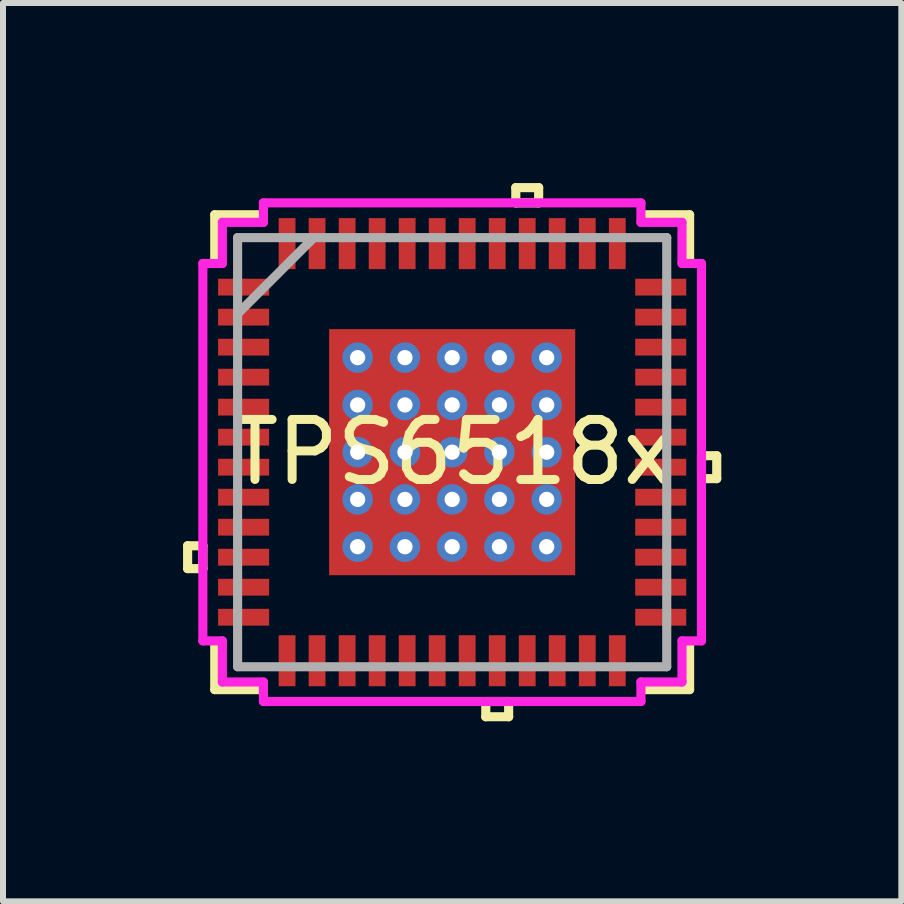
<source format=kicad_pcb>
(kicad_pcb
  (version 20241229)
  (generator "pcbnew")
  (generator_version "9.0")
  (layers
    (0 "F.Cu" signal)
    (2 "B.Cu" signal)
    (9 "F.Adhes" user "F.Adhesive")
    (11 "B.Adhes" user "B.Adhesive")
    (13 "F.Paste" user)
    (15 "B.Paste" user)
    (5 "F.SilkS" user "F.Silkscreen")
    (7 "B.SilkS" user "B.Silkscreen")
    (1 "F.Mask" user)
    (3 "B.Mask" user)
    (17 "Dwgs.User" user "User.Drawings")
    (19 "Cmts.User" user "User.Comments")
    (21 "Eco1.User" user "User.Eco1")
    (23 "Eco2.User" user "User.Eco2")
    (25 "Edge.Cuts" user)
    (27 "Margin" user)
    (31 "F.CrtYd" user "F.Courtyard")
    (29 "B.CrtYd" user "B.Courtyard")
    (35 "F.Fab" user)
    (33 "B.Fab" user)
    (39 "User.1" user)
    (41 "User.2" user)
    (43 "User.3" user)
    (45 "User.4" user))
  (footprint "TPS6518x"
    (layer "F.Cu")
    (at 4.484 4.484)
    (property "Reference" "TPS6518x" (at 0 0 0) (layer "F.SilkS") (effects (font (size 1 1) (thickness 0.15))))
    (attr through_hole)
    (fp_line (start -2.114 -2.114) (end -1.775 -2.114) (stroke (width 0.152) (type solid)) (layer "F.Mask"))
    (fp_line (start -2.114 -2.114) (end 2.114 -2.114) (stroke (width 0.152) (type solid)) (layer "F.Mask"))
    (fp_line (start -2.114 -1.775) (end -2.114 -2.114) (stroke (width 0.152) (type solid)) (layer "F.Mask"))
    (fp_line (start -2.114 -1.375) (end 2.114 -1.375) (stroke (width 0.152) (type solid)) (layer "F.Mask"))
    (fp_line (start -2.114 -0.987) (end -2.114 -1.375) (stroke (width 0.152) (type solid)) (layer "F.Mask"))
    (fp_line (start -2.114 -0.587) (end 2.114 -0.587) (stroke (width 0.152) (type solid)) (layer "F.Mask"))
    (fp_line (start -2.114 -0.2) (end -2.114 -0.587) (stroke (width 0.152) (type solid)) (layer "F.Mask"))
    (fp_line (start -2.114 0.2) (end 2.114 0.2) (stroke (width 0.152) (type solid)) (layer "F.Mask"))
    (fp_line (start -2.114 0.587) (end -2.114 0.2) (stroke (width 0.152) (type solid)) (layer "F.Mask"))
    (fp_line (start -2.114 0.987) (end 2.114 0.987) (stroke (width 0.152) (type solid)) (layer "F.Mask"))
    (fp_line (start -2.114 1.375) (end -2.114 0.987) (stroke (width 0.152) (type solid)) (layer "F.Mask"))
    (fp_line (start -2.114 1.775) (end 2.114 1.775) (stroke (width 0.152) (type solid)) (layer "F.Mask"))
    (fp_line (start -2.114 2.114) (end -2.114 -2.114) (stroke (width 0.152) (type solid)) (layer "F.Mask"))
    (fp_line (start -2.114 2.114) (end -2.114 1.775) (stroke (width 0.152) (type solid)) (layer "F.Mask"))
    (fp_line (start -1.775 -2.114) (end -1.775 2.114) (stroke (width 0.152) (type solid)) (layer "F.Mask"))
    (fp_line (start -1.775 2.114) (end -2.114 2.114) (stroke (width 0.152) (type solid)) (layer "F.Mask"))
    (fp_line (start -1.375 -2.114) (end -1.375 2.114) (stroke (width 0.152) (type solid)) (layer "F.Mask"))
    (fp_line (start -1.375 2.114) (end -0.987 2.114) (stroke (width 0.152) (type solid)) (layer "F.Mask"))
    (fp_line (start -0.987 -2.114) (end -1.375 -2.114) (stroke (width 0.152) (type solid)) (layer "F.Mask"))
    (fp_line (start -0.987 2.114) (end -0.987 -2.114) (stroke (width 0.152) (type solid)) (layer "F.Mask"))
    (fp_line (start -0.587 -2.114) (end -0.587 2.114) (stroke (width 0.152) (type solid)) (layer "F.Mask"))
    (fp_line (start -0.587 2.114) (end -0.2 2.114) (stroke (width 0.152) (type solid)) (layer "F.Mask"))
    (fp_line (start -0.2 -2.114) (end -0.587 -2.114) (stroke (width 0.152) (type solid)) (layer "F.Mask"))
    (fp_line (start -0.2 2.114) (end -0.2 -2.114) (stroke (width 0.152) (type solid)) (layer "F.Mask"))
    (fp_line (start 0.2 -2.114) (end 0.2 2.114) (stroke (width 0.152) (type solid)) (layer "F.Mask"))
    (fp_line (start 0.2 2.114) (end 0.587 2.114) (stroke (width 0.152) (type solid)) (layer "F.Mask"))
    (fp_line (start 0.587 -2.114) (end 0.2 -2.114) (stroke (width 0.152) (type solid)) (layer "F.Mask"))
    (fp_line (start 0.587 2.114) (end 0.587 -2.114) (stroke (width 0.152) (type solid)) (layer "F.Mask"))
    (fp_line (start 0.987 -2.114) (end 0.987 2.114) (stroke (width 0.152) (type solid)) (layer "F.Mask"))
    (fp_line (start 0.987 2.114) (end 1.375 2.114) (stroke (width 0.152) (type solid)) (layer "F.Mask"))
    (fp_line (start 1.375 -2.114) (end 0.987 -2.114) (stroke (width 0.152) (type solid)) (layer "F.Mask"))
    (fp_line (start 1.375 2.114) (end 1.375 -2.114) (stroke (width 0.152) (type solid)) (layer "F.Mask"))
    (fp_line (start 1.775 -2.114) (end 2.114 -2.114) (stroke (width 0.152) (type solid)) (layer "F.Mask"))
    (fp_line (start 1.775 2.114) (end 1.775 -2.114) (stroke (width 0.152) (type solid)) (layer "F.Mask"))
    (fp_line (start 2.114 -2.114) (end 2.114 -1.775) (stroke (width 0.152) (type solid)) (layer "F.Mask"))
    (fp_line (start 2.114 -2.114) (end 2.114 2.114) (stroke (width 0.152) (type solid)) (layer "F.Mask"))
    (fp_line (start 2.114 -1.775) (end -2.114 -1.775) (stroke (width 0.152) (type solid)) (layer "F.Mask"))
    (fp_line (start 2.114 -1.375) (end 2.114 -0.987) (stroke (width 0.152) (type solid)) (layer "F.Mask"))
    (fp_line (start 2.114 -0.987) (end -2.114 -0.987) (stroke (width 0.152) (type solid)) (layer "F.Mask"))
    (fp_line (start 2.114 -0.587) (end 2.114 -0.2) (stroke (width 0.152) (type solid)) (layer "F.Mask"))
    (fp_line (start 2.114 -0.2) (end -2.114 -0.2) (stroke (width 0.152) (type solid)) (layer "F.Mask"))
    (fp_line (start 2.114 0.2) (end 2.114 0.587) (stroke (width 0.152) (type solid)) (layer "F.Mask"))
    (fp_line (start 2.114 0.587) (end -2.114 0.587) (stroke (width 0.152) (type solid)) (layer "F.Mask"))
    (fp_line (start 2.114 0.987) (end 2.114 1.375) (stroke (width 0.152) (type solid)) (layer "F.Mask"))
    (fp_line (start 2.114 1.375) (end -2.114 1.375) (stroke (width 0.152) (type solid)) (layer "F.Mask"))
    (fp_line (start 2.114 1.775) (end 2.114 2.114) (stroke (width 0.152) (type solid)) (layer "F.Mask"))
    (fp_line (start 2.114 2.114) (end -2.114 2.114) (stroke (width 0.152) (type solid)) (layer "F.Mask"))
    (fp_line (start 2.114 2.114) (end 1.775 2.114) (stroke (width 0.152) (type solid)) (layer "F.Mask"))
    (fp_line (start -4.408 1.559) (end -4.408 1.94) (stroke (width 0.152) (type solid)) (layer "F.SilkS"))
    (fp_line (start -4.408 1.94) (end -4.154 1.94) (stroke (width 0.152) (type solid)) (layer "F.SilkS"))
    (fp_line (start -4.154 1.559) (end -4.408 1.559) (stroke (width 0.152) (type solid)) (layer "F.SilkS"))
    (fp_line (start -4.154 1.94) (end -4.154 1.559) (stroke (width 0.152) (type solid)) (layer "F.SilkS"))
    (fp_line (start -3.956 -3.956) (end -3.956 -3.218) (stroke (width 0.152) (type solid)) (layer "F.SilkS"))
    (fp_line (start -3.956 3.218) (end -3.956 3.956) (stroke (width 0.152) (type solid)) (layer "F.SilkS"))
    (fp_line (start -3.956 3.956) (end -3.219 3.956) (stroke (width 0.152) (type solid)) (layer "F.SilkS"))
    (fp_line (start -3.219 -3.956) (end -3.956 -3.956) (stroke (width 0.152) (type solid)) (layer "F.SilkS"))
    (fp_line (start 0.56 4.154) (end 0.56 4.408) (stroke (width 0.152) (type solid)) (layer "F.SilkS"))
    (fp_line (start 0.56 4.408) (end 0.941 4.408) (stroke (width 0.152) (type solid)) (layer "F.SilkS"))
    (fp_line (start 0.941 4.154) (end 0.56 4.154) (stroke (width 0.152) (type solid)) (layer "F.SilkS"))
    (fp_line (start 0.941 4.408) (end 0.941 4.154) (stroke (width 0.152) (type solid)) (layer "F.SilkS"))
    (fp_line (start 1.06 -4.408) (end 1.441 -4.408) (stroke (width 0.152) (type solid)) (layer "F.SilkS"))
    (fp_line (start 1.06 -4.154) (end 1.06 -4.408) (stroke (width 0.152) (type solid)) (layer "F.SilkS"))
    (fp_line (start 1.441 -4.408) (end 1.441 -4.154) (stroke (width 0.152) (type solid)) (layer "F.SilkS"))
    (fp_line (start 1.441 -4.154) (end 1.06 -4.154) (stroke (width 0.152) (type solid)) (layer "F.SilkS"))
    (fp_line (start 3.219 3.956) (end 3.956 3.956) (stroke (width 0.152) (type solid)) (layer "F.SilkS"))
    (fp_line (start 3.956 -3.956) (end 3.219 -3.956) (stroke (width 0.152) (type solid)) (layer "F.SilkS"))
    (fp_line (start 3.956 -3.218) (end 3.956 -3.956) (stroke (width 0.152) (type solid)) (layer "F.SilkS"))
    (fp_line (start 3.956 3.956) (end 3.956 3.218) (stroke (width 0.152) (type solid)) (layer "F.SilkS"))
    (fp_line (start 4.154 0.059) (end 4.408 0.059) (stroke (width 0.152) (type solid)) (layer "F.SilkS"))
    (fp_line (start 4.154 0.441) (end 4.154 0.059) (stroke (width 0.152) (type solid)) (layer "F.SilkS"))
    (fp_line (start 4.408 0.059) (end 4.408 0.441) (stroke (width 0.152) (type solid)) (layer "F.SilkS"))
    (fp_line (start 4.408 0.441) (end 4.154 0.441) (stroke (width 0.152) (type solid)) (layer "F.SilkS"))
    (fp_line (start -1.975 -1.975) (end -1.975 -1.675) (stroke (width 0.152) (type solid)) (layer "F.Paste"))
    (fp_line (start -1.975 -1.675) (end -1.816 -1.675) (stroke (width 0.152) (type solid)) (layer "F.Paste"))
    (fp_line (start -1.975 -1.475) (end -1.975 -0.887) (stroke (width 0.152) (type solid)) (layer "F.Paste"))
    (fp_line (start -1.975 -0.887) (end -1.816 -0.887) (stroke (width 0.152) (type solid)) (layer "F.Paste"))
    (fp_line (start -1.975 -0.687) (end -1.975 -0.1) (stroke (width 0.152) (type solid)) (layer "F.Paste"))
    (fp_line (start -1.975 -0.1) (end -1.816 -0.1) (stroke (width 0.152) (type solid)) (layer "F.Paste"))
    (fp_line (start -1.975 0.1) (end -1.975 0.687) (stroke (width 0.152) (type solid)) (layer "F.Paste"))
    (fp_line (start -1.975 0.687) (end -1.816 0.687) (stroke (width 0.152) (type solid)) (layer "F.Paste"))
    (fp_line (start -1.975 0.887) (end -1.975 1.475) (stroke (width 0.152) (type solid)) (layer "F.Paste"))
    (fp_line (start -1.975 1.475) (end -1.816 1.475) (stroke (width 0.152) (type solid)) (layer "F.Paste"))
    (fp_line (start -1.975 1.675) (end -1.975 1.975) (stroke (width 0.152) (type solid)) (layer "F.Paste"))
    (fp_line (start -1.975 1.975) (end -1.675 1.975) (stroke (width 0.152) (type solid)) (layer "F.Paste"))
    (fp_line (start -1.816 -1.675) (end -1.816 -1.675) (stroke (width 0.152) (type solid)) (layer "F.Paste"))
    (fp_line (start -1.816 -1.675) (end -1.675 -1.816) (stroke (width 0.152) (type solid)) (layer "F.Paste"))
    (fp_line (start -1.816 -1.475) (end -1.975 -1.475) (stroke (width 0.152) (type solid)) (layer "F.Paste"))
    (fp_line (start -1.816 -1.475) (end -1.816 -1.475) (stroke (width 0.152) (type solid)) (layer "F.Paste"))
    (fp_line (start -1.816 -0.887) (end -1.816 -0.887) (stroke (width 0.152) (type solid)) (layer "F.Paste"))
    (fp_line (start -1.816 -0.887) (end -1.675 -1.029) (stroke (width 0.152) (type solid)) (layer "F.Paste"))
    (fp_line (start -1.816 -0.687) (end -1.975 -0.687) (stroke (width 0.152) (type solid)) (layer "F.Paste"))
    (fp_line (start -1.816 -0.687) (end -1.816 -0.687) (stroke (width 0.152) (type solid)) (layer "F.Paste"))
    (fp_line (start -1.816 -0.1) (end -1.816 -0.1) (stroke (width 0.152) (type solid)) (layer "F.Paste"))
    (fp_line (start -1.816 -0.1) (end -1.675 -0.241) (stroke (width 0.152) (type solid)) (layer "F.Paste"))
    (fp_line (start -1.816 0.1) (end -1.975 0.1) (stroke (width 0.152) (type solid)) (layer "F.Paste"))
    (fp_line (start -1.816 0.1) (end -1.816 0.1) (stroke (width 0.152) (type solid)) (layer "F.Paste"))
    (fp_line (start -1.816 0.687) (end -1.816 0.687) (stroke (width 0.152) (type solid)) (layer "F.Paste"))
    (fp_line (start -1.816 0.687) (end -1.675 0.546) (stroke (width 0.152) (type solid)) (layer "F.Paste"))
    (fp_line (start -1.816 0.887) (end -1.975 0.887) (stroke (width 0.152) (type solid)) (layer "F.Paste"))
    (fp_line (start -1.816 0.887) (end -1.816 0.887) (stroke (width 0.152) (type solid)) (layer "F.Paste"))
    (fp_line (start -1.816 1.475) (end -1.816 1.475) (stroke (width 0.152) (type solid)) (layer "F.Paste"))
    (fp_line (start -1.816 1.475) (end -1.675 1.333) (stroke (width 0.152) (type solid)) (layer "F.Paste"))
    (fp_line (start -1.816 1.675) (end -1.975 1.675) (stroke (width 0.152) (type solid)) (layer "F.Paste"))
    (fp_line (start -1.816 1.675) (end -1.816 1.675) (stroke (width 0.152) (type solid)) (layer "F.Paste"))
    (fp_line (start -1.675 -1.975) (end -1.975 -1.975) (stroke (width 0.152) (type solid)) (layer "F.Paste"))
    (fp_line (start -1.675 -1.816) (end -1.675 -1.975) (stroke (width 0.152) (type solid)) (layer "F.Paste"))
    (fp_line (start -1.675 -1.816) (end -1.675 -1.816) (stroke (width 0.152) (type solid)) (layer "F.Paste"))
    (fp_line (start -1.675 -1.333) (end -1.816 -1.475) (stroke (width 0.152) (type solid)) (layer "F.Paste"))
    (fp_line (start -1.675 -1.333) (end -1.675 -1.333) (stroke (width 0.152) (type solid)) (layer "F.Paste"))
    (fp_line (start -1.675 -1.029) (end -1.675 -1.333) (stroke (width 0.152) (type solid)) (layer "F.Paste"))
    (fp_line (start -1.675 -1.029) (end -1.675 -1.029) (stroke (width 0.152) (type solid)) (layer "F.Paste"))
    (fp_line (start -1.675 -0.546) (end -1.816 -0.687) (stroke (width 0.152) (type solid)) (layer "F.Paste"))
    (fp_line (start -1.675 -0.546) (end -1.675 -0.546) (stroke (width 0.152) (type solid)) (layer "F.Paste"))
    (fp_line (start -1.675 -0.241) (end -1.675 -0.546) (stroke (width 0.152) (type solid)) (layer "F.Paste"))
    (fp_line (start -1.675 -0.241) (end -1.675 -0.241) (stroke (width 0.152) (type solid)) (layer "F.Paste"))
    (fp_line (start -1.675 0.241) (end -1.816 0.1) (stroke (width 0.152) (type solid)) (layer "F.Paste"))
    (fp_line (start -1.675 0.241) (end -1.675 0.241) (stroke (width 0.152) (type solid)) (layer "F.Paste"))
    (fp_line (start -1.675 0.546) (end -1.675 0.241) (stroke (width 0.152) (type solid)) (layer "F.Paste"))
    (fp_line (start -1.675 0.546) (end -1.675 0.546) (stroke (width 0.152) (type solid)) (layer "F.Paste"))
    (fp_line (start -1.675 1.029) (end -1.816 0.887) (stroke (width 0.152) (type solid)) (layer "F.Paste"))
    (fp_line (start -1.675 1.029) (end -1.675 1.029) (stroke (width 0.152) (type solid)) (layer "F.Paste"))
    (fp_line (start -1.675 1.333) (end -1.675 1.029) (stroke (width 0.152) (type solid)) (layer "F.Paste"))
    (fp_line (start -1.675 1.333) (end -1.675 1.333) (stroke (width 0.152) (type solid)) (layer "F.Paste"))
    (fp_line (start -1.675 1.816) (end -1.816 1.675) (stroke (width 0.152) (type solid)) (layer "F.Paste"))
    (fp_line (start -1.675 1.816) (end -1.675 1.816) (stroke (width 0.152) (type solid)) (layer "F.Paste"))
    (fp_line (start -1.675 1.975) (end -1.675 1.816) (stroke (width 0.152) (type solid)) (layer "F.Paste"))
    (fp_line (start -1.475 -1.975) (end -1.475 -1.816) (stroke (width 0.152) (type solid)) (layer "F.Paste"))
    (fp_line (start -1.475 -1.816) (end -1.475 -1.816) (stroke (width 0.152) (type solid)) (layer "F.Paste"))
    (fp_line (start -1.475 -1.816) (end -1.333 -1.675) (stroke (width 0.152) (type solid)) (layer "F.Paste"))
    (fp_line (start -1.475 -1.333) (end -1.475 -1.333) (stroke (width 0.152) (type solid)) (layer "F.Paste"))
    (fp_line (start -1.475 -1.333) (end -1.475 -1.029) (stroke (width 0.152) (type solid)) (layer "F.Paste"))
    (fp_line (start -1.475 -1.029) (end -1.475 -1.029) (stroke (width 0.152) (type solid)) (layer "F.Paste"))
    (fp_line (start -1.475 -1.029) (end -1.333 -0.887) (stroke (width 0.152) (type solid)) (layer "F.Paste"))
    (fp_line (start -1.475 -0.546) (end -1.475 -0.546) (stroke (width 0.152) (type solid)) (layer "F.Paste"))
    (fp_line (start -1.475 -0.546) (end -1.475 -0.241) (stroke (width 0.152) (type solid)) (layer "F.Paste"))
    (fp_line (start -1.475 -0.241) (end -1.475 -0.241) (stroke (width 0.152) (type solid)) (layer "F.Paste"))
    (fp_line (start -1.475 -0.241) (end -1.333 -0.1) (stroke (width 0.152) (type solid)) (layer "F.Paste"))
    (fp_line (start -1.475 0.241) (end -1.475 0.241) (stroke (width 0.152) (type solid)) (layer "F.Paste"))
    (fp_line (start -1.475 0.241) (end -1.475 0.546) (stroke (width 0.152) (type solid)) (layer "F.Paste"))
    (fp_line (start -1.475 0.546) (end -1.475 0.546) (stroke (width 0.152) (type solid)) (layer "F.Paste"))
    (fp_line (start -1.475 0.546) (end -1.333 0.687) (stroke (width 0.152) (type solid)) (layer "F.Paste"))
    (fp_line (start -1.475 1.029) (end -1.475 1.029) (stroke (width 0.152) (type solid)) (layer "F.Paste"))
    (fp_line (start -1.475 1.029) (end -1.475 1.333) (stroke (width 0.152) (type solid)) (layer "F.Paste"))
    (fp_line (start -1.475 1.333) (end -1.475 1.333) (stroke (width 0.152) (type solid)) (layer "F.Paste"))
    (fp_line (start -1.475 1.333) (end -1.333 1.475) (stroke (width 0.152) (type solid)) (layer "F.Paste"))
    (fp_line (start -1.475 1.816) (end -1.475 1.816) (stroke (width 0.152) (type solid)) (layer "F.Paste"))
    (fp_line (start -1.475 1.816) (end -1.475 1.975) (stroke (width 0.152) (type solid)) (layer "F.Paste"))
    (fp_line (start -1.475 1.975) (end -0.887 1.975) (stroke (width 0.152) (type solid)) (layer "F.Paste"))
    (fp_line (start -1.333 -1.675) (end -1.333 -1.675) (stroke (width 0.152) (type solid)) (layer "F.Paste"))
    (fp_line (start -1.333 -1.675) (end -1.029 -1.675) (stroke (width 0.152) (type solid)) (layer "F.Paste"))
    (fp_line (start -1.333 -1.475) (end -1.475 -1.333) (stroke (width 0.152) (type solid)) (layer "F.Paste"))
    (fp_line (start -1.333 -1.475) (end -1.333 -1.475) (stroke (width 0.152) (type solid)) (layer "F.Paste"))
    (fp_line (start -1.333 -0.887) (end -1.333 -0.887) (stroke (width 0.152) (type solid)) (layer "F.Paste"))
    (fp_line (start -1.333 -0.887) (end -1.029 -0.887) (stroke (width 0.152) (type solid)) (layer "F.Paste"))
    (fp_line (start -1.333 -0.687) (end -1.475 -0.546) (stroke (width 0.152) (type solid)) (layer "F.Paste"))
    (fp_line (start -1.333 -0.687) (end -1.333 -0.687) (stroke (width 0.152) (type solid)) (layer "F.Paste"))
    (fp_line (start -1.333 -0.1) (end -1.333 -0.1) (stroke (width 0.152) (type solid)) (layer "F.Paste"))
    (fp_line (start -1.333 -0.1) (end -1.029 -0.1) (stroke (width 0.152) (type solid)) (layer "F.Paste"))
    (fp_line (start -1.333 0.1) (end -1.475 0.241) (stroke (width 0.152) (type solid)) (layer "F.Paste"))
    (fp_line (start -1.333 0.1) (end -1.333 0.1) (stroke (width 0.152) (type solid)) (layer "F.Paste"))
    (fp_line (start -1.333 0.687) (end -1.333 0.687) (stroke (width 0.152) (type solid)) (layer "F.Paste"))
    (fp_line (start -1.333 0.687) (end -1.029 0.687) (stroke (width 0.152) (type solid)) (layer "F.Paste"))
    (fp_line (start -1.333 0.887) (end -1.475 1.029) (stroke (width 0.152) (type solid)) (layer "F.Paste"))
    (fp_line (start -1.333 0.887) (end -1.333 0.887) (stroke (width 0.152) (type solid)) (layer "F.Paste"))
    (fp_line (start -1.333 1.475) (end -1.333 1.475) (stroke (width 0.152) (type solid)) (layer "F.Paste"))
    (fp_line (start -1.333 1.475) (end -1.029 1.475) (stroke (width 0.152) (type solid)) (layer "F.Paste"))
    (fp_line (start -1.333 1.675) (end -1.475 1.816) (stroke (width 0.152) (type solid)) (layer "F.Paste"))
    (fp_line (start -1.333 1.675) (end -1.333 1.675) (stroke (width 0.152) (type solid)) (layer "F.Paste"))
    (fp_line (start -1.029 -1.675) (end -1.029 -1.675) (stroke (width 0.152) (type solid)) (layer "F.Paste"))
    (fp_line (start -1.029 -1.675) (end -0.887 -1.816) (stroke (width 0.152) (type solid)) (layer "F.Paste"))
    (fp_line (start -1.029 -1.475) (end -1.333 -1.475) (stroke (width 0.152) (type solid)) (layer "F.Paste"))
    (fp_line (start -1.029 -1.475) (end -1.029 -1.475) (stroke (width 0.152) (type solid)) (layer "F.Paste"))
    (fp_line (start -1.029 -0.887) (end -1.029 -0.887) (stroke (width 0.152) (type solid)) (layer "F.Paste"))
    (fp_line (start -1.029 -0.887) (end -0.887 -1.029) (stroke (width 0.152) (type solid)) (layer "F.Paste"))
    (fp_line (start -1.029 -0.687) (end -1.333 -0.687) (stroke (width 0.152) (type solid)) (layer "F.Paste"))
    (fp_line (start -1.029 -0.687) (end -1.029 -0.687) (stroke (width 0.152) (type solid)) (layer "F.Paste"))
    (fp_line (start -1.029 -0.1) (end -1.029 -0.1) (stroke (width 0.152) (type solid)) (layer "F.Paste"))
    (fp_line (start -1.029 -0.1) (end -0.887 -0.241) (stroke (width 0.152) (type solid)) (layer "F.Paste"))
    (fp_line (start -1.029 0.1) (end -1.333 0.1) (stroke (width 0.152) (type solid)) (layer "F.Paste"))
    (fp_line (start -1.029 0.1) (end -1.029 0.1) (stroke (width 0.152) (type solid)) (layer "F.Paste"))
    (fp_line (start -1.029 0.687) (end -1.029 0.687) (stroke (width 0.152) (type solid)) (layer "F.Paste"))
    (fp_line (start -1.029 0.687) (end -0.887 0.546) (stroke (width 0.152) (type solid)) (layer "F.Paste"))
    (fp_line (start -1.029 0.887) (end -1.333 0.887) (stroke (width 0.152) (type solid)) (layer "F.Paste"))
    (fp_line (start -1.029 0.887) (end -1.029 0.887) (stroke (width 0.152) (type solid)) (layer "F.Paste"))
    (fp_line (start -1.029 1.475) (end -1.029 1.475) (stroke (width 0.152) (type solid)) (layer "F.Paste"))
    (fp_line (start -1.029 1.475) (end -0.887 1.333) (stroke (width 0.152) (type solid)) (layer "F.Paste"))
    (fp_line (start -1.029 1.675) (end -1.333 1.675) (stroke (width 0.152) (type solid)) (layer "F.Paste"))
    (fp_line (start -1.029 1.675) (end -1.029 1.675) (stroke (width 0.152) (type solid)) (layer "F.Paste"))
    (fp_line (start -0.887 -1.975) (end -1.475 -1.975) (stroke (width 0.152) (type solid)) (layer "F.Paste"))
    (fp_line (start -0.887 -1.816) (end -0.887 -1.975) (stroke (width 0.152) (type solid)) (layer "F.Paste"))
    (fp_line (start -0.887 -1.816) (end -0.887 -1.816) (stroke (width 0.152) (type solid)) (layer "F.Paste"))
    (fp_line (start -0.887 -1.333) (end -1.029 -1.475) (stroke (width 0.152) (type solid)) (layer "F.Paste"))
    (fp_line (start -0.887 -1.333) (end -0.887 -1.333) (stroke (width 0.152) (type solid)) (layer "F.Paste"))
    (fp_line (start -0.887 -1.029) (end -0.887 -1.333) (stroke (width 0.152) (type solid)) (layer "F.Paste"))
    (fp_line (start -0.887 -1.029) (end -0.887 -1.029) (stroke (width 0.152) (type solid)) (layer "F.Paste"))
    (fp_line (start -0.887 -0.546) (end -1.029 -0.687) (stroke (width 0.152) (type solid)) (layer "F.Paste"))
    (fp_line (start -0.887 -0.546) (end -0.887 -0.546) (stroke (width 0.152) (type solid)) (layer "F.Paste"))
    (fp_line (start -0.887 -0.241) (end -0.887 -0.546) (stroke (width 0.152) (type solid)) (layer "F.Paste"))
    (fp_line (start -0.887 -0.241) (end -0.887 -0.241) (stroke (width 0.152) (type solid)) (layer "F.Paste"))
    (fp_line (start -0.887 0.241) (end -1.029 0.1) (stroke (width 0.152) (type solid)) (layer "F.Paste"))
    (fp_line (start -0.887 0.241) (end -0.887 0.241) (stroke (width 0.152) (type solid)) (layer "F.Paste"))
    (fp_line (start -0.887 0.546) (end -0.887 0.241) (stroke (width 0.152) (type solid)) (layer "F.Paste"))
    (fp_line (start -0.887 0.546) (end -0.887 0.546) (stroke (width 0.152) (type solid)) (layer "F.Paste"))
    (fp_line (start -0.887 1.029) (end -1.029 0.887) (stroke (width 0.152) (type solid)) (layer "F.Paste"))
    (fp_line (start -0.887 1.029) (end -0.887 1.029) (stroke (width 0.152) (type solid)) (layer "F.Paste"))
    (fp_line (start -0.887 1.333) (end -0.887 1.029) (stroke (width 0.152) (type solid)) (layer "F.Paste"))
    (fp_line (start -0.887 1.333) (end -0.887 1.333) (stroke (width 0.152) (type solid)) (layer "F.Paste"))
    (fp_line (start -0.887 1.816) (end -1.029 1.675) (stroke (width 0.152) (type solid)) (layer "F.Paste"))
    (fp_line (start -0.887 1.816) (end -0.887 1.816) (stroke (width 0.152) (type solid)) (layer "F.Paste"))
    (fp_line (start -0.887 1.975) (end -0.887 1.816) (stroke (width 0.152) (type solid)) (layer "F.Paste"))
    (fp_line (start -0.687 -1.975) (end -0.687 -1.816) (stroke (width 0.152) (type solid)) (layer "F.Paste"))
    (fp_line (start -0.687 -1.816) (end -0.687 -1.816) (stroke (width 0.152) (type solid)) (layer "F.Paste"))
    (fp_line (start -0.687 -1.816) (end -0.546 -1.675) (stroke (width 0.152) (type solid)) (layer "F.Paste"))
    (fp_line (start -0.687 -1.333) (end -0.687 -1.333) (stroke (width 0.152) (type solid)) (layer "F.Paste"))
    (fp_line (start -0.687 -1.333) (end -0.687 -1.029) (stroke (width 0.152) (type solid)) (layer "F.Paste"))
    (fp_line (start -0.687 -1.029) (end -0.687 -1.029) (stroke (width 0.152) (type solid)) (layer "F.Paste"))
    (fp_line (start -0.687 -1.029) (end -0.546 -0.887) (stroke (width 0.152) (type solid)) (layer "F.Paste"))
    (fp_line (start -0.687 -0.546) (end -0.687 -0.546) (stroke (width 0.152) (type solid)) (layer "F.Paste"))
    (fp_line (start -0.687 -0.546) (end -0.687 -0.241) (stroke (width 0.152) (type solid)) (layer "F.Paste"))
    (fp_line (start -0.687 -0.241) (end -0.687 -0.241) (stroke (width 0.152) (type solid)) (layer "F.Paste"))
    (fp_line (start -0.687 -0.241) (end -0.546 -0.1) (stroke (width 0.152) (type solid)) (layer "F.Paste"))
    (fp_line (start -0.687 0.241) (end -0.687 0.241) (stroke (width 0.152) (type solid)) (layer "F.Paste"))
    (fp_line (start -0.687 0.241) (end -0.687 0.546) (stroke (width 0.152) (type solid)) (layer "F.Paste"))
    (fp_line (start -0.687 0.546) (end -0.687 0.546) (stroke (width 0.152) (type solid)) (layer "F.Paste"))
    (fp_line (start -0.687 0.546) (end -0.546 0.687) (stroke (width 0.152) (type solid)) (layer "F.Paste"))
    (fp_line (start -0.687 1.029) (end -0.687 1.029) (stroke (width 0.152) (type solid)) (layer "F.Paste"))
    (fp_line (start -0.687 1.029) (end -0.687 1.333) (stroke (width 0.152) (type solid)) (layer "F.Paste"))
    (fp_line (start -0.687 1.333) (end -0.687 1.333) (stroke (width 0.152) (type solid)) (layer "F.Paste"))
    (fp_line (start -0.687 1.333) (end -0.546 1.475) (stroke (width 0.152) (type solid)) (layer "F.Paste"))
    (fp_line (start -0.687 1.816) (end -0.687 1.816) (stroke (width 0.152) (type solid)) (layer "F.Paste"))
    (fp_line (start -0.687 1.816) (end -0.687 1.975) (stroke (width 0.152) (type solid)) (layer "F.Paste"))
    (fp_line (start -0.687 1.975) (end -0.1 1.975) (stroke (width 0.152) (type solid)) (layer "F.Paste"))
    (fp_line (start -0.546 -1.675) (end -0.546 -1.675) (stroke (width 0.152) (type solid)) (layer "F.Paste"))
    (fp_line (start -0.546 -1.675) (end -0.241 -1.675) (stroke (width 0.152) (type solid)) (layer "F.Paste"))
    (fp_line (start -0.546 -1.475) (end -0.687 -1.333) (stroke (width 0.152) (type solid)) (layer "F.Paste"))
    (fp_line (start -0.546 -1.475) (end -0.546 -1.475) (stroke (width 0.152) (type solid)) (layer "F.Paste"))
    (fp_line (start -0.546 -0.887) (end -0.546 -0.887) (stroke (width 0.152) (type solid)) (layer "F.Paste"))
    (fp_line (start -0.546 -0.887) (end -0.241 -0.887) (stroke (width 0.152) (type solid)) (layer "F.Paste"))
    (fp_line (start -0.546 -0.687) (end -0.687 -0.546) (stroke (width 0.152) (type solid)) (layer "F.Paste"))
    (fp_line (start -0.546 -0.687) (end -0.546 -0.687) (stroke (width 0.152) (type solid)) (layer "F.Paste"))
    (fp_line (start -0.546 -0.1) (end -0.546 -0.1) (stroke (width 0.152) (type solid)) (layer "F.Paste"))
    (fp_line (start -0.546 -0.1) (end -0.241 -0.1) (stroke (width 0.152) (type solid)) (layer "F.Paste"))
    (fp_line (start -0.546 0.1) (end -0.687 0.241) (stroke (width 0.152) (type solid)) (layer "F.Paste"))
    (fp_line (start -0.546 0.1) (end -0.546 0.1) (stroke (width 0.152) (type solid)) (layer "F.Paste"))
    (fp_line (start -0.546 0.687) (end -0.546 0.687) (stroke (width 0.152) (type solid)) (layer "F.Paste"))
    (fp_line (start -0.546 0.687) (end -0.241 0.687) (stroke (width 0.152) (type solid)) (layer "F.Paste"))
    (fp_line (start -0.546 0.887) (end -0.687 1.029) (stroke (width 0.152) (type solid)) (layer "F.Paste"))
    (fp_line (start -0.546 0.887) (end -0.546 0.887) (stroke (width 0.152) (type solid)) (layer "F.Paste"))
    (fp_line (start -0.546 1.475) (end -0.546 1.475) (stroke (width 0.152) (type solid)) (layer "F.Paste"))
    (fp_line (start -0.546 1.475) (end -0.241 1.475) (stroke (width 0.152) (type solid)) (layer "F.Paste"))
    (fp_line (start -0.546 1.675) (end -0.687 1.816) (stroke (width 0.152) (type solid)) (layer "F.Paste"))
    (fp_line (start -0.546 1.675) (end -0.546 1.675) (stroke (width 0.152) (type solid)) (layer "F.Paste"))
    (fp_line (start -0.241 -1.675) (end -0.241 -1.675) (stroke (width 0.152) (type solid)) (layer "F.Paste"))
    (fp_line (start -0.241 -1.675) (end -0.1 -1.816) (stroke (width 0.152) (type solid)) (layer "F.Paste"))
    (fp_line (start -0.241 -1.475) (end -0.546 -1.475) (stroke (width 0.152) (type solid)) (layer "F.Paste"))
    (fp_line (start -0.241 -1.475) (end -0.241 -1.475) (stroke (width 0.152) (type solid)) (layer "F.Paste"))
    (fp_line (start -0.241 -0.887) (end -0.241 -0.887) (stroke (width 0.152) (type solid)) (layer "F.Paste"))
    (fp_line (start -0.241 -0.887) (end -0.1 -1.029) (stroke (width 0.152) (type solid)) (layer "F.Paste"))
    (fp_line (start -0.241 -0.687) (end -0.546 -0.687) (stroke (width 0.152) (type solid)) (layer "F.Paste"))
    (fp_line (start -0.241 -0.687) (end -0.241 -0.687) (stroke (width 0.152) (type solid)) (layer "F.Paste"))
    (fp_line (start -0.241 -0.1) (end -0.241 -0.1) (stroke (width 0.152) (type solid)) (layer "F.Paste"))
    (fp_line (start -0.241 -0.1) (end -0.1 -0.241) (stroke (width 0.152) (type solid)) (layer "F.Paste"))
    (fp_line (start -0.241 0.1) (end -0.546 0.1) (stroke (width 0.152) (type solid)) (layer "F.Paste"))
    (fp_line (start -0.241 0.1) (end -0.241 0.1) (stroke (width 0.152) (type solid)) (layer "F.Paste"))
    (fp_line (start -0.241 0.687) (end -0.241 0.687) (stroke (width 0.152) (type solid)) (layer "F.Paste"))
    (fp_line (start -0.241 0.687) (end -0.1 0.546) (stroke (width 0.152) (type solid)) (layer "F.Paste"))
    (fp_line (start -0.241 0.887) (end -0.546 0.887) (stroke (width 0.152) (type solid)) (layer "F.Paste"))
    (fp_line (start -0.241 0.887) (end -0.241 0.887) (stroke (width 0.152) (type solid)) (layer "F.Paste"))
    (fp_line (start -0.241 1.475) (end -0.241 1.475) (stroke (width 0.152) (type solid)) (layer "F.Paste"))
    (fp_line (start -0.241 1.475) (end -0.1 1.333) (stroke (width 0.152) (type solid)) (layer "F.Paste"))
    (fp_line (start -0.241 1.675) (end -0.546 1.675) (stroke (width 0.152) (type solid)) (layer "F.Paste"))
    (fp_line (start -0.241 1.675) (end -0.241 1.675) (stroke (width 0.152) (type solid)) (layer "F.Paste"))
    (fp_line (start -0.1 -1.975) (end -0.687 -1.975) (stroke (width 0.152) (type solid)) (layer "F.Paste"))
    (fp_line (start -0.1 -1.816) (end -0.1 -1.975) (stroke (width 0.152) (type solid)) (layer "F.Paste"))
    (fp_line (start -0.1 -1.816) (end -0.1 -1.816) (stroke (width 0.152) (type solid)) (layer "F.Paste"))
    (fp_line (start -0.1 -1.333) (end -0.241 -1.475) (stroke (width 0.152) (type solid)) (layer "F.Paste"))
    (fp_line (start -0.1 -1.333) (end -0.1 -1.333) (stroke (width 0.152) (type solid)) (layer "F.Paste"))
    (fp_line (start -0.1 -1.029) (end -0.1 -1.333) (stroke (width 0.152) (type solid)) (layer "F.Paste"))
    (fp_line (start -0.1 -1.029) (end -0.1 -1.029) (stroke (width 0.152) (type solid)) (layer "F.Paste"))
    (fp_line (start -0.1 -0.546) (end -0.241 -0.687) (stroke (width 0.152) (type solid)) (layer "F.Paste"))
    (fp_line (start -0.1 -0.546) (end -0.1 -0.546) (stroke (width 0.152) (type solid)) (layer "F.Paste"))
    (fp_line (start -0.1 -0.241) (end -0.1 -0.546) (stroke (width 0.152) (type solid)) (layer "F.Paste"))
    (fp_line (start -0.1 -0.241) (end -0.1 -0.241) (stroke (width 0.152) (type solid)) (layer "F.Paste"))
    (fp_line (start -0.1 0.241) (end -0.241 0.1) (stroke (width 0.152) (type solid)) (layer "F.Paste"))
    (fp_line (start -0.1 0.241) (end -0.1 0.241) (stroke (width 0.152) (type solid)) (layer "F.Paste"))
    (fp_line (start -0.1 0.546) (end -0.1 0.241) (stroke (width 0.152) (type solid)) (layer "F.Paste"))
    (fp_line (start -0.1 0.546) (end -0.1 0.546) (stroke (width 0.152) (type solid)) (layer "F.Paste"))
    (fp_line (start -0.1 1.029) (end -0.241 0.887) (stroke (width 0.152) (type solid)) (layer "F.Paste"))
    (fp_line (start -0.1 1.029) (end -0.1 1.029) (stroke (width 0.152) (type solid)) (layer "F.Paste"))
    (fp_line (start -0.1 1.333) (end -0.1 1.029) (stroke (width 0.152) (type solid)) (layer "F.Paste"))
    (fp_line (start -0.1 1.333) (end -0.1 1.333) (stroke (width 0.152) (type solid)) (layer "F.Paste"))
    (fp_line (start -0.1 1.816) (end -0.241 1.675) (stroke (width 0.152) (type solid)) (layer "F.Paste"))
    (fp_line (start -0.1 1.816) (end -0.1 1.816) (stroke (width 0.152) (type solid)) (layer "F.Paste"))
    (fp_line (start -0.1 1.975) (end -0.1 1.816) (stroke (width 0.152) (type solid)) (layer "F.Paste"))
    (fp_line (start 0.1 -1.975) (end 0.1 -1.816) (stroke (width 0.152) (type solid)) (layer "F.Paste"))
    (fp_line (start 0.1 -1.816) (end 0.1 -1.816) (stroke (width 0.152) (type solid)) (layer "F.Paste"))
    (fp_line (start 0.1 -1.816) (end 0.241 -1.675) (stroke (width 0.152) (type solid)) (layer "F.Paste"))
    (fp_line (start 0.1 -1.333) (end 0.1 -1.333) (stroke (width 0.152) (type solid)) (layer "F.Paste"))
    (fp_line (start 0.1 -1.333) (end 0.1 -1.029) (stroke (width 0.152) (type solid)) (layer "F.Paste"))
    (fp_line (start 0.1 -1.029) (end 0.1 -1.029) (stroke (width 0.152) (type solid)) (layer "F.Paste"))
    (fp_line (start 0.1 -1.029) (end 0.241 -0.887) (stroke (width 0.152) (type solid)) (layer "F.Paste"))
    (fp_line (start 0.1 -0.546) (end 0.1 -0.546) (stroke (width 0.152) (type solid)) (layer "F.Paste"))
    (fp_line (start 0.1 -0.546) (end 0.1 -0.241) (stroke (width 0.152) (type solid)) (layer "F.Paste"))
    (fp_line (start 0.1 -0.241) (end 0.1 -0.241) (stroke (width 0.152) (type solid)) (layer "F.Paste"))
    (fp_line (start 0.1 -0.241) (end 0.241 -0.1) (stroke (width 0.152) (type solid)) (layer "F.Paste"))
    (fp_line (start 0.1 0.241) (end 0.1 0.241) (stroke (width 0.152) (type solid)) (layer "F.Paste"))
    (fp_line (start 0.1 0.241) (end 0.1 0.546) (stroke (width 0.152) (type solid)) (layer "F.Paste"))
    (fp_line (start 0.1 0.546) (end 0.1 0.546) (stroke (width 0.152) (type solid)) (layer "F.Paste"))
    (fp_line (start 0.1 0.546) (end 0.241 0.687) (stroke (width 0.152) (type solid)) (layer "F.Paste"))
    (fp_line (start 0.1 1.029) (end 0.1 1.029) (stroke (width 0.152) (type solid)) (layer "F.Paste"))
    (fp_line (start 0.1 1.029) (end 0.1 1.333) (stroke (width 0.152) (type solid)) (layer "F.Paste"))
    (fp_line (start 0.1 1.333) (end 0.1 1.333) (stroke (width 0.152) (type solid)) (layer "F.Paste"))
    (fp_line (start 0.1 1.333) (end 0.241 1.475) (stroke (width 0.152) (type solid)) (layer "F.Paste"))
    (fp_line (start 0.1 1.816) (end 0.1 1.816) (stroke (width 0.152) (type solid)) (layer "F.Paste"))
    (fp_line (start 0.1 1.816) (end 0.1 1.975) (stroke (width 0.152) (type solid)) (layer "F.Paste"))
    (fp_line (start 0.1 1.975) (end 0.687 1.975) (stroke (width 0.152) (type solid)) (layer "F.Paste"))
    (fp_line (start 0.241 -1.675) (end 0.241 -1.675) (stroke (width 0.152) (type solid)) (layer "F.Paste"))
    (fp_line (start 0.241 -1.675) (end 0.546 -1.675) (stroke (width 0.152) (type solid)) (layer "F.Paste"))
    (fp_line (start 0.241 -1.475) (end 0.1 -1.333) (stroke (width 0.152) (type solid)) (layer "F.Paste"))
    (fp_line (start 0.241 -1.475) (end 0.241 -1.475) (stroke (width 0.152) (type solid)) (layer "F.Paste"))
    (fp_line (start 0.241 -0.887) (end 0.241 -0.887) (stroke (width 0.152) (type solid)) (layer "F.Paste"))
    (fp_line (start 0.241 -0.887) (end 0.546 -0.887) (stroke (width 0.152) (type solid)) (layer "F.Paste"))
    (fp_line (start 0.241 -0.687) (end 0.1 -0.546) (stroke (width 0.152) (type solid)) (layer "F.Paste"))
    (fp_line (start 0.241 -0.687) (end 0.241 -0.687) (stroke (width 0.152) (type solid)) (layer "F.Paste"))
    (fp_line (start 0.241 -0.1) (end 0.241 -0.1) (stroke (width 0.152) (type solid)) (layer "F.Paste"))
    (fp_line (start 0.241 -0.1) (end 0.546 -0.1) (stroke (width 0.152) (type solid)) (layer "F.Paste"))
    (fp_line (start 0.241 0.1) (end 0.1 0.241) (stroke (width 0.152) (type solid)) (layer "F.Paste"))
    (fp_line (start 0.241 0.1) (end 0.241 0.1) (stroke (width 0.152) (type solid)) (layer "F.Paste"))
    (fp_line (start 0.241 0.687) (end 0.241 0.687) (stroke (width 0.152) (type solid)) (layer "F.Paste"))
    (fp_line (start 0.241 0.687) (end 0.546 0.687) (stroke (width 0.152) (type solid)) (layer "F.Paste"))
    (fp_line (start 0.241 0.887) (end 0.1 1.029) (stroke (width 0.152) (type solid)) (layer "F.Paste"))
    (fp_line (start 0.241 0.887) (end 0.241 0.887) (stroke (width 0.152) (type solid)) (layer "F.Paste"))
    (fp_line (start 0.241 1.475) (end 0.241 1.475) (stroke (width 0.152) (type solid)) (layer "F.Paste"))
    (fp_line (start 0.241 1.475) (end 0.546 1.475) (stroke (width 0.152) (type solid)) (layer "F.Paste"))
    (fp_line (start 0.241 1.675) (end 0.1 1.816) (stroke (width 0.152) (type solid)) (layer "F.Paste"))
    (fp_line (start 0.241 1.675) (end 0.241 1.675) (stroke (width 0.152) (type solid)) (layer "F.Paste"))
    (fp_line (start 0.546 -1.675) (end 0.546 -1.675) (stroke (width 0.152) (type solid)) (layer "F.Paste"))
    (fp_line (start 0.546 -1.675) (end 0.687 -1.816) (stroke (width 0.152) (type solid)) (layer "F.Paste"))
    (fp_line (start 0.546 -1.475) (end 0.241 -1.475) (stroke (width 0.152) (type solid)) (layer "F.Paste"))
    (fp_line (start 0.546 -1.475) (end 0.546 -1.475) (stroke (width 0.152) (type solid)) (layer "F.Paste"))
    (fp_line (start 0.546 -0.887) (end 0.546 -0.887) (stroke (width 0.152) (type solid)) (layer "F.Paste"))
    (fp_line (start 0.546 -0.887) (end 0.687 -1.029) (stroke (width 0.152) (type solid)) (layer "F.Paste"))
    (fp_line (start 0.546 -0.687) (end 0.241 -0.687) (stroke (width 0.152) (type solid)) (layer "F.Paste"))
    (fp_line (start 0.546 -0.687) (end 0.546 -0.687) (stroke (width 0.152) (type solid)) (layer "F.Paste"))
    (fp_line (start 0.546 -0.1) (end 0.546 -0.1) (stroke (width 0.152) (type solid)) (layer "F.Paste"))
    (fp_line (start 0.546 -0.1) (end 0.687 -0.241) (stroke (width 0.152) (type solid)) (layer "F.Paste"))
    (fp_line (start 0.546 0.1) (end 0.241 0.1) (stroke (width 0.152) (type solid)) (layer "F.Paste"))
    (fp_line (start 0.546 0.1) (end 0.546 0.1) (stroke (width 0.152) (type solid)) (layer "F.Paste"))
    (fp_line (start 0.546 0.687) (end 0.546 0.687) (stroke (width 0.152) (type solid)) (layer "F.Paste"))
    (fp_line (start 0.546 0.687) (end 0.687 0.546) (stroke (width 0.152) (type solid)) (layer "F.Paste"))
    (fp_line (start 0.546 0.887) (end 0.241 0.887) (stroke (width 0.152) (type solid)) (layer "F.Paste"))
    (fp_line (start 0.546 0.887) (end 0.546 0.887) (stroke (width 0.152) (type solid)) (layer "F.Paste"))
    (fp_line (start 0.546 1.475) (end 0.546 1.475) (stroke (width 0.152) (type solid)) (layer "F.Paste"))
    (fp_line (start 0.546 1.475) (end 0.687 1.333) (stroke (width 0.152) (type solid)) (layer "F.Paste"))
    (fp_line (start 0.546 1.675) (end 0.241 1.675) (stroke (width 0.152) (type solid)) (layer "F.Paste"))
    (fp_line (start 0.546 1.675) (end 0.546 1.675) (stroke (width 0.152) (type solid)) (layer "F.Paste"))
    (fp_line (start 0.687 -1.975) (end 0.1 -1.975) (stroke (width 0.152) (type solid)) (layer "F.Paste"))
    (fp_line (start 0.687 -1.816) (end 0.687 -1.975) (stroke (width 0.152) (type solid)) (layer "F.Paste"))
    (fp_line (start 0.687 -1.816) (end 0.687 -1.816) (stroke (width 0.152) (type solid)) (layer "F.Paste"))
    (fp_line (start 0.687 -1.333) (end 0.546 -1.475) (stroke (width 0.152) (type solid)) (layer "F.Paste"))
    (fp_line (start 0.687 -1.333) (end 0.687 -1.333) (stroke (width 0.152) (type solid)) (layer "F.Paste"))
    (fp_line (start 0.687 -1.029) (end 0.687 -1.333) (stroke (width 0.152) (type solid)) (layer "F.Paste"))
    (fp_line (start 0.687 -1.029) (end 0.687 -1.029) (stroke (width 0.152) (type solid)) (layer "F.Paste"))
    (fp_line (start 0.687 -0.546) (end 0.546 -0.687) (stroke (width 0.152) (type solid)) (layer "F.Paste"))
    (fp_line (start 0.687 -0.546) (end 0.687 -0.546) (stroke (width 0.152) (type solid)) (layer "F.Paste"))
    (fp_line (start 0.687 -0.241) (end 0.687 -0.546) (stroke (width 0.152) (type solid)) (layer "F.Paste"))
    (fp_line (start 0.687 -0.241) (end 0.687 -0.241) (stroke (width 0.152) (type solid)) (layer "F.Paste"))
    (fp_line (start 0.687 0.241) (end 0.546 0.1) (stroke (width 0.152) (type solid)) (layer "F.Paste"))
    (fp_line (start 0.687 0.241) (end 0.687 0.241) (stroke (width 0.152) (type solid)) (layer "F.Paste"))
    (fp_line (start 0.687 0.546) (end 0.687 0.241) (stroke (width 0.152) (type solid)) (layer "F.Paste"))
    (fp_line (start 0.687 0.546) (end 0.687 0.546) (stroke (width 0.152) (type solid)) (layer "F.Paste"))
    (fp_line (start 0.687 1.029) (end 0.546 0.887) (stroke (width 0.152) (type solid)) (layer "F.Paste"))
    (fp_line (start 0.687 1.029) (end 0.687 1.029) (stroke (width 0.152) (type solid)) (layer "F.Paste"))
    (fp_line (start 0.687 1.333) (end 0.687 1.029) (stroke (width 0.152) (type solid)) (layer "F.Paste"))
    (fp_line (start 0.687 1.333) (end 0.687 1.333) (stroke (width 0.152) (type solid)) (layer "F.Paste"))
    (fp_line (start 0.687 1.816) (end 0.546 1.675) (stroke (width 0.152) (type solid)) (layer "F.Paste"))
    (fp_line (start 0.687 1.816) (end 0.687 1.816) (stroke (width 0.152) (type solid)) (layer "F.Paste"))
    (fp_line (start 0.687 1.975) (end 0.687 1.816) (stroke (width 0.152) (type solid)) (layer "F.Paste"))
    (fp_line (start 0.887 -1.975) (end 0.887 -1.816) (stroke (width 0.152) (type solid)) (layer "F.Paste"))
    (fp_line (start 0.887 -1.816) (end 0.887 -1.816) (stroke (width 0.152) (type solid)) (layer "F.Paste"))
    (fp_line (start 0.887 -1.816) (end 1.029 -1.675) (stroke (width 0.152) (type solid)) (layer "F.Paste"))
    (fp_line (start 0.887 -1.333) (end 0.887 -1.333) (stroke (width 0.152) (type solid)) (layer "F.Paste"))
    (fp_line (start 0.887 -1.333) (end 0.887 -1.029) (stroke (width 0.152) (type solid)) (layer "F.Paste"))
    (fp_line (start 0.887 -1.029) (end 0.887 -1.029) (stroke (width 0.152) (type solid)) (layer "F.Paste"))
    (fp_line (start 0.887 -1.029) (end 1.029 -0.887) (stroke (width 0.152) (type solid)) (layer "F.Paste"))
    (fp_line (start 0.887 -0.546) (end 0.887 -0.546) (stroke (width 0.152) (type solid)) (layer "F.Paste"))
    (fp_line (start 0.887 -0.546) (end 0.887 -0.241) (stroke (width 0.152) (type solid)) (layer "F.Paste"))
    (fp_line (start 0.887 -0.241) (end 0.887 -0.241) (stroke (width 0.152) (type solid)) (layer "F.Paste"))
    (fp_line (start 0.887 -0.241) (end 1.029 -0.1) (stroke (width 0.152) (type solid)) (layer "F.Paste"))
    (fp_line (start 0.887 0.241) (end 0.887 0.241) (stroke (width 0.152) (type solid)) (layer "F.Paste"))
    (fp_line (start 0.887 0.241) (end 0.887 0.546) (stroke (width 0.152) (type solid)) (layer "F.Paste"))
    (fp_line (start 0.887 0.546) (end 0.887 0.546) (stroke (width 0.152) (type solid)) (layer "F.Paste"))
    (fp_line (start 0.887 0.546) (end 1.029 0.687) (stroke (width 0.152) (type solid)) (layer "F.Paste"))
    (fp_line (start 0.887 1.029) (end 0.887 1.029) (stroke (width 0.152) (type solid)) (layer "F.Paste"))
    (fp_line (start 0.887 1.029) (end 0.887 1.333) (stroke (width 0.152) (type solid)) (layer "F.Paste"))
    (fp_line (start 0.887 1.333) (end 0.887 1.333) (stroke (width 0.152) (type solid)) (layer "F.Paste"))
    (fp_line (start 0.887 1.333) (end 1.029 1.475) (stroke (width 0.152) (type solid)) (layer "F.Paste"))
    (fp_line (start 0.887 1.816) (end 0.887 1.816) (stroke (width 0.152) (type solid)) (layer "F.Paste"))
    (fp_line (start 0.887 1.816) (end 0.887 1.975) (stroke (width 0.152) (type solid)) (layer "F.Paste"))
    (fp_line (start 0.887 1.975) (end 1.475 1.975) (stroke (width 0.152) (type solid)) (layer "F.Paste"))
    (fp_line (start 1.029 -1.675) (end 1.029 -1.675) (stroke (width 0.152) (type solid)) (layer "F.Paste"))
    (fp_line (start 1.029 -1.675) (end 1.333 -1.675) (stroke (width 0.152) (type solid)) (layer "F.Paste"))
    (fp_line (start 1.029 -1.475) (end 0.887 -1.333) (stroke (width 0.152) (type solid)) (layer "F.Paste"))
    (fp_line (start 1.029 -1.475) (end 1.029 -1.475) (stroke (width 0.152) (type solid)) (layer "F.Paste"))
    (fp_line (start 1.029 -0.887) (end 1.029 -0.887) (stroke (width 0.152) (type solid)) (layer "F.Paste"))
    (fp_line (start 1.029 -0.887) (end 1.333 -0.887) (stroke (width 0.152) (type solid)) (layer "F.Paste"))
    (fp_line (start 1.029 -0.687) (end 0.887 -0.546) (stroke (width 0.152) (type solid)) (layer "F.Paste"))
    (fp_line (start 1.029 -0.687) (end 1.029 -0.687) (stroke (width 0.152) (type solid)) (layer "F.Paste"))
    (fp_line (start 1.029 -0.1) (end 1.029 -0.1) (stroke (width 0.152) (type solid)) (layer "F.Paste"))
    (fp_line (start 1.029 -0.1) (end 1.333 -0.1) (stroke (width 0.152) (type solid)) (layer "F.Paste"))
    (fp_line (start 1.029 0.1) (end 0.887 0.241) (stroke (width 0.152) (type solid)) (layer "F.Paste"))
    (fp_line (start 1.029 0.1) (end 1.029 0.1) (stroke (width 0.152) (type solid)) (layer "F.Paste"))
    (fp_line (start 1.029 0.687) (end 1.029 0.687) (stroke (width 0.152) (type solid)) (layer "F.Paste"))
    (fp_line (start 1.029 0.687) (end 1.333 0.687) (stroke (width 0.152) (type solid)) (layer "F.Paste"))
    (fp_line (start 1.029 0.887) (end 0.887 1.029) (stroke (width 0.152) (type solid)) (layer "F.Paste"))
    (fp_line (start 1.029 0.887) (end 1.029 0.887) (stroke (width 0.152) (type solid)) (layer "F.Paste"))
    (fp_line (start 1.029 1.475) (end 1.029 1.475) (stroke (width 0.152) (type solid)) (layer "F.Paste"))
    (fp_line (start 1.029 1.475) (end 1.333 1.475) (stroke (width 0.152) (type solid)) (layer "F.Paste"))
    (fp_line (start 1.029 1.675) (end 0.887 1.816) (stroke (width 0.152) (type solid)) (layer "F.Paste"))
    (fp_line (start 1.029 1.675) (end 1.029 1.675) (stroke (width 0.152) (type solid)) (layer "F.Paste"))
    (fp_line (start 1.333 -1.675) (end 1.333 -1.675) (stroke (width 0.152) (type solid)) (layer "F.Paste"))
    (fp_line (start 1.333 -1.675) (end 1.475 -1.816) (stroke (width 0.152) (type solid)) (layer "F.Paste"))
    (fp_line (start 1.333 -1.475) (end 1.029 -1.475) (stroke (width 0.152) (type solid)) (layer "F.Paste"))
    (fp_line (start 1.333 -1.475) (end 1.333 -1.475) (stroke (width 0.152) (type solid)) (layer "F.Paste"))
    (fp_line (start 1.333 -0.887) (end 1.333 -0.887) (stroke (width 0.152) (type solid)) (layer "F.Paste"))
    (fp_line (start 1.333 -0.887) (end 1.475 -1.029) (stroke (width 0.152) (type solid)) (layer "F.Paste"))
    (fp_line (start 1.333 -0.687) (end 1.029 -0.687) (stroke (width 0.152) (type solid)) (layer "F.Paste"))
    (fp_line (start 1.333 -0.687) (end 1.333 -0.687) (stroke (width 0.152) (type solid)) (layer "F.Paste"))
    (fp_line (start 1.333 -0.1) (end 1.333 -0.1) (stroke (width 0.152) (type solid)) (layer "F.Paste"))
    (fp_line (start 1.333 -0.1) (end 1.475 -0.241) (stroke (width 0.152) (type solid)) (layer "F.Paste"))
    (fp_line (start 1.333 0.1) (end 1.029 0.1) (stroke (width 0.152) (type solid)) (layer "F.Paste"))
    (fp_line (start 1.333 0.1) (end 1.333 0.1) (stroke (width 0.152) (type solid)) (layer "F.Paste"))
    (fp_line (start 1.333 0.687) (end 1.333 0.687) (stroke (width 0.152) (type solid)) (layer "F.Paste"))
    (fp_line (start 1.333 0.687) (end 1.475 0.546) (stroke (width 0.152) (type solid)) (layer "F.Paste"))
    (fp_line (start 1.333 0.887) (end 1.029 0.887) (stroke (width 0.152) (type solid)) (layer "F.Paste"))
    (fp_line (start 1.333 0.887) (end 1.333 0.887) (stroke (width 0.152) (type solid)) (layer "F.Paste"))
    (fp_line (start 1.333 1.475) (end 1.333 1.475) (stroke (width 0.152) (type solid)) (layer "F.Paste"))
    (fp_line (start 1.333 1.475) (end 1.475 1.333) (stroke (width 0.152) (type solid)) (layer "F.Paste"))
    (fp_line (start 1.333 1.675) (end 1.029 1.675) (stroke (width 0.152) (type solid)) (layer "F.Paste"))
    (fp_line (start 1.333 1.675) (end 1.333 1.675) (stroke (width 0.152) (type solid)) (layer "F.Paste"))
    (fp_line (start 1.475 -1.975) (end 0.887 -1.975) (stroke (width 0.152) (type solid)) (layer "F.Paste"))
    (fp_line (start 1.475 -1.816) (end 1.475 -1.975) (stroke (width 0.152) (type solid)) (layer "F.Paste"))
    (fp_line (start 1.475 -1.816) (end 1.475 -1.816) (stroke (width 0.152) (type solid)) (layer "F.Paste"))
    (fp_line (start 1.475 -1.333) (end 1.333 -1.475) (stroke (width 0.152) (type solid)) (layer "F.Paste"))
    (fp_line (start 1.475 -1.333) (end 1.475 -1.333) (stroke (width 0.152) (type solid)) (layer "F.Paste"))
    (fp_line (start 1.475 -1.029) (end 1.475 -1.333) (stroke (width 0.152) (type solid)) (layer "F.Paste"))
    (fp_line (start 1.475 -1.029) (end 1.475 -1.029) (stroke (width 0.152) (type solid)) (layer "F.Paste"))
    (fp_line (start 1.475 -0.546) (end 1.333 -0.687) (stroke (width 0.152) (type solid)) (layer "F.Paste"))
    (fp_line (start 1.475 -0.546) (end 1.475 -0.546) (stroke (width 0.152) (type solid)) (layer "F.Paste"))
    (fp_line (start 1.475 -0.241) (end 1.475 -0.546) (stroke (width 0.152) (type solid)) (layer "F.Paste"))
    (fp_line (start 1.475 -0.241) (end 1.475 -0.241) (stroke (width 0.152) (type solid)) (layer "F.Paste"))
    (fp_line (start 1.475 0.241) (end 1.333 0.1) (stroke (width 0.152) (type solid)) (layer "F.Paste"))
    (fp_line (start 1.475 0.241) (end 1.475 0.241) (stroke (width 0.152) (type solid)) (layer "F.Paste"))
    (fp_line (start 1.475 0.546) (end 1.475 0.241) (stroke (width 0.152) (type solid)) (layer "F.Paste"))
    (fp_line (start 1.475 0.546) (end 1.475 0.546) (stroke (width 0.152) (type solid)) (layer "F.Paste"))
    (fp_line (start 1.475 1.029) (end 1.333 0.887) (stroke (width 0.152) (type solid)) (layer "F.Paste"))
    (fp_line (start 1.475 1.029) (end 1.475 1.029) (stroke (width 0.152) (type solid)) (layer "F.Paste"))
    (fp_line (start 1.475 1.333) (end 1.475 1.029) (stroke (width 0.152) (type solid)) (layer "F.Paste"))
    (fp_line (start 1.475 1.333) (end 1.475 1.333) (stroke (width 0.152) (type solid)) (layer "F.Paste"))
    (fp_line (start 1.475 1.816) (end 1.333 1.675) (stroke (width 0.152) (type solid)) (layer "F.Paste"))
    (fp_line (start 1.475 1.816) (end 1.475 1.816) (stroke (width 0.152) (type solid)) (layer "F.Paste"))
    (fp_line (start 1.475 1.975) (end 1.475 1.816) (stroke (width 0.152) (type solid)) (layer "F.Paste"))
    (fp_line (start 1.675 -1.975) (end 1.675 -1.816) (stroke (width 0.152) (type solid)) (layer "F.Paste"))
    (fp_line (start 1.675 -1.816) (end 1.675 -1.816) (stroke (width 0.152) (type solid)) (layer "F.Paste"))
    (fp_line (start 1.675 -1.816) (end 1.816 -1.675) (stroke (width 0.152) (type solid)) (layer "F.Paste"))
    (fp_line (start 1.675 -1.333) (end 1.675 -1.333) (stroke (width 0.152) (type solid)) (layer "F.Paste"))
    (fp_line (start 1.675 -1.333) (end 1.675 -1.029) (stroke (width 0.152) (type solid)) (layer "F.Paste"))
    (fp_line (start 1.675 -1.029) (end 1.675 -1.029) (stroke (width 0.152) (type solid)) (layer "F.Paste"))
    (fp_line (start 1.675 -1.029) (end 1.816 -0.887) (stroke (width 0.152) (type solid)) (layer "F.Paste"))
    (fp_line (start 1.675 -0.546) (end 1.675 -0.546) (stroke (width 0.152) (type solid)) (layer "F.Paste"))
    (fp_line (start 1.675 -0.546) (end 1.675 -0.241) (stroke (width 0.152) (type solid)) (layer "F.Paste"))
    (fp_line (start 1.675 -0.241) (end 1.675 -0.241) (stroke (width 0.152) (type solid)) (layer "F.Paste"))
    (fp_line (start 1.675 -0.241) (end 1.816 -0.1) (stroke (width 0.152) (type solid)) (layer "F.Paste"))
    (fp_line (start 1.675 0.241) (end 1.675 0.241) (stroke (width 0.152) (type solid)) (layer "F.Paste"))
    (fp_line (start 1.675 0.241) (end 1.675 0.546) (stroke (width 0.152) (type solid)) (layer "F.Paste"))
    (fp_line (start 1.675 0.546) (end 1.675 0.546) (stroke (width 0.152) (type solid)) (layer "F.Paste"))
    (fp_line (start 1.675 0.546) (end 1.816 0.687) (stroke (width 0.152) (type solid)) (layer "F.Paste"))
    (fp_line (start 1.675 1.029) (end 1.675 1.029) (stroke (width 0.152) (type solid)) (layer "F.Paste"))
    (fp_line (start 1.675 1.029) (end 1.675 1.333) (stroke (width 0.152) (type solid)) (layer "F.Paste"))
    (fp_line (start 1.675 1.333) (end 1.675 1.333) (stroke (width 0.152) (type solid)) (layer "F.Paste"))
    (fp_line (start 1.675 1.333) (end 1.816 1.475) (stroke (width 0.152) (type solid)) (layer "F.Paste"))
    (fp_line (start 1.675 1.816) (end 1.675 1.816) (stroke (width 0.152) (type solid)) (layer "F.Paste"))
    (fp_line (start 1.675 1.816) (end 1.675 1.975) (stroke (width 0.152) (type solid)) (layer "F.Paste"))
    (fp_line (start 1.675 1.975) (end 1.975 1.975) (stroke (width 0.152) (type solid)) (layer "F.Paste"))
    (fp_line (start 1.816 -1.675) (end 1.816 -1.675) (stroke (width 0.152) (type solid)) (layer "F.Paste"))
    (fp_line (start 1.816 -1.675) (end 1.975 -1.675) (stroke (width 0.152) (type solid)) (layer "F.Paste"))
    (fp_line (start 1.816 -1.475) (end 1.675 -1.333) (stroke (width 0.152) (type solid)) (layer "F.Paste"))
    (fp_line (start 1.816 -1.475) (end 1.816 -1.475) (stroke (width 0.152) (type solid)) (layer "F.Paste"))
    (fp_line (start 1.816 -0.887) (end 1.816 -0.887) (stroke (width 0.152) (type solid)) (layer "F.Paste"))
    (fp_line (start 1.816 -0.887) (end 1.975 -0.887) (stroke (width 0.152) (type solid)) (layer "F.Paste"))
    (fp_line (start 1.816 -0.687) (end 1.675 -0.546) (stroke (width 0.152) (type solid)) (layer "F.Paste"))
    (fp_line (start 1.816 -0.687) (end 1.816 -0.687) (stroke (width 0.152) (type solid)) (layer "F.Paste"))
    (fp_line (start 1.816 -0.1) (end 1.816 -0.1) (stroke (width 0.152) (type solid)) (layer "F.Paste"))
    (fp_line (start 1.816 -0.1) (end 1.975 -0.1) (stroke (width 0.152) (type solid)) (layer "F.Paste"))
    (fp_line (start 1.816 0.1) (end 1.675 0.241) (stroke (width 0.152) (type solid)) (layer "F.Paste"))
    (fp_line (start 1.816 0.1) (end 1.816 0.1) (stroke (width 0.152) (type solid)) (layer "F.Paste"))
    (fp_line (start 1.816 0.687) (end 1.816 0.687) (stroke (width 0.152) (type solid)) (layer "F.Paste"))
    (fp_line (start 1.816 0.687) (end 1.975 0.687) (stroke (width 0.152) (type solid)) (layer "F.Paste"))
    (fp_line (start 1.816 0.887) (end 1.675 1.029) (stroke (width 0.152) (type solid)) (layer "F.Paste"))
    (fp_line (start 1.816 0.887) (end 1.816 0.887) (stroke (width 0.152) (type solid)) (layer "F.Paste"))
    (fp_line (start 1.816 1.475) (end 1.816 1.475) (stroke (width 0.152) (type solid)) (layer "F.Paste"))
    (fp_line (start 1.816 1.475) (end 1.975 1.475) (stroke (width 0.152) (type solid)) (layer "F.Paste"))
    (fp_line (start 1.816 1.675) (end 1.675 1.816) (stroke (width 0.152) (type solid)) (layer "F.Paste"))
    (fp_line (start 1.816 1.675) (end 1.816 1.675) (stroke (width 0.152) (type solid)) (layer "F.Paste"))
    (fp_line (start 1.975 -1.975) (end 1.675 -1.975) (stroke (width 0.152) (type solid)) (layer "F.Paste"))
    (fp_line (start 1.975 -1.675) (end 1.975 -1.975) (stroke (width 0.152) (type solid)) (layer "F.Paste"))
    (fp_line (start 1.975 -1.475) (end 1.816 -1.475) (stroke (width 0.152) (type solid)) (layer "F.Paste"))
    (fp_line (start 1.975 -0.887) (end 1.975 -1.475) (stroke (width 0.152) (type solid)) (layer "F.Paste"))
    (fp_line (start 1.975 -0.687) (end 1.816 -0.687) (stroke (width 0.152) (type solid)) (layer "F.Paste"))
    (fp_line (start 1.975 -0.1) (end 1.975 -0.687) (stroke (width 0.152) (type solid)) (layer "F.Paste"))
    (fp_line (start 1.975 0.1) (end 1.816 0.1) (stroke (width 0.152) (type solid)) (layer "F.Paste"))
    (fp_line (start 1.975 0.687) (end 1.975 0.1) (stroke (width 0.152) (type solid)) (layer "F.Paste"))
    (fp_line (start 1.975 0.887) (end 1.816 0.887) (stroke (width 0.152) (type solid)) (layer "F.Paste"))
    (fp_line (start 1.975 1.475) (end 1.975 0.887) (stroke (width 0.152) (type solid)) (layer "F.Paste"))
    (fp_line (start 1.975 1.675) (end 1.816 1.675) (stroke (width 0.152) (type solid)) (layer "F.Paste"))
    (fp_line (start 1.975 1.975) (end 1.975 1.675) (stroke (width 0.152) (type solid)) (layer "F.Paste"))
    (fp_line (start -4.154 -3.144) (end -3.829 -3.144) (stroke (width 0.152) (type solid)) (layer "F.CrtYd"))
    (fp_line (start -4.154 3.144) (end -4.154 -3.144) (stroke (width 0.152) (type solid)) (layer "F.CrtYd"))
    (fp_line (start -3.829 -3.829) (end -3.145 -3.829) (stroke (width 0.152) (type solid)) (layer "F.CrtYd"))
    (fp_line (start -3.829 -3.144) (end -3.829 -3.829) (stroke (width 0.152) (type solid)) (layer "F.CrtYd"))
    (fp_line (start -3.829 3.144) (end -4.154 3.144) (stroke (width 0.152) (type solid)) (layer "F.CrtYd"))
    (fp_line (start -3.829 3.829) (end -3.829 3.144) (stroke (width 0.152) (type solid)) (layer "F.CrtYd"))
    (fp_line (start -3.145 -4.154) (end 3.145 -4.154) (stroke (width 0.152) (type solid)) (layer "F.CrtYd"))
    (fp_line (start -3.145 -3.829) (end -3.145 -4.154) (stroke (width 0.152) (type solid)) (layer "F.CrtYd"))
    (fp_line (start -3.145 3.829) (end -3.829 3.829) (stroke (width 0.152) (type solid)) (layer "F.CrtYd"))
    (fp_line (start -3.145 4.154) (end -3.145 3.829) (stroke (width 0.152) (type solid)) (layer "F.CrtYd"))
    (fp_line (start 3.145 -4.154) (end 3.145 -3.829) (stroke (width 0.152) (type solid)) (layer "F.CrtYd"))
    (fp_line (start 3.145 -3.829) (end 3.829 -3.829) (stroke (width 0.152) (type solid)) (layer "F.CrtYd"))
    (fp_line (start 3.145 3.829) (end 3.145 4.154) (stroke (width 0.152) (type solid)) (layer "F.CrtYd"))
    (fp_line (start 3.145 4.154) (end -3.145 4.154) (stroke (width 0.152) (type solid)) (layer "F.CrtYd"))
    (fp_line (start 3.829 -3.829) (end 3.829 -3.144) (stroke (width 0.152) (type solid)) (layer "F.CrtYd"))
    (fp_line (start 3.829 -3.144) (end 4.154 -3.144) (stroke (width 0.152) (type solid)) (layer "F.CrtYd"))
    (fp_line (start 3.829 3.144) (end 3.829 3.829) (stroke (width 0.152) (type solid)) (layer "F.CrtYd"))
    (fp_line (start 3.829 3.829) (end 3.145 3.829) (stroke (width 0.152) (type solid)) (layer "F.CrtYd"))
    (fp_line (start 4.154 -3.144) (end 4.154 3.144) (stroke (width 0.152) (type solid)) (layer "F.CrtYd"))
    (fp_line (start 4.154 3.144) (end 3.829 3.144) (stroke (width 0.152) (type solid)) (layer "F.CrtYd"))
    (fp_line (start -3.575 -3.575) (end -3.575 3.575) (stroke (width 0.152) (type solid)) (layer "F.Fab"))
    (fp_line (start -3.575 -2.305) (end -2.305 -3.575) (stroke (width 0.152) (type solid)) (layer "F.Fab"))
    (fp_line (start -3.575 3.575) (end 3.575 3.575) (stroke (width 0.152) (type solid)) (layer "F.Fab"))
    (fp_line (start 3.575 -3.575) (end -3.575 -3.575) (stroke (width 0.152) (type solid)) (layer "F.Fab"))
    (fp_line (start 3.575 3.575) (end 3.575 -3.575) (stroke (width 0.152) (type solid)) (layer "F.Fab"))
    (pad "1" smd rect (at -3.475 -2.75 90) (size 0.28 0.85) (layers "F.Cu" "F.Mask" "F.Paste"))
    (pad "2" smd rect (at -3.475 -2.25 90) (size 0.28 0.85) (layers "F.Cu" "F.Mask" "F.Paste"))
    (pad "3" smd rect (at -3.475 -1.75 90) (size 0.28 0.85) (layers "F.Cu" "F.Mask" "F.Paste"))
    (pad "4" smd rect (at -3.475 -1.25 90) (size 0.28 0.85) (layers "F.Cu" "F.Mask" "F.Paste"))
    (pad "5" smd rect (at -3.475 -0.75 90) (size 0.28 0.85) (layers "F.Cu" "F.Mask" "F.Paste"))
    (pad "6" smd rect (at -3.475 -0.25 90) (size 0.28 0.85) (layers "F.Cu" "F.Mask" "F.Paste"))
    (pad "7" smd rect (at -3.475 0.25 90) (size 0.28 0.85) (layers "F.Cu" "F.Mask" "F.Paste"))
    (pad "8" smd rect (at -3.475 0.75 90) (size 0.28 0.85) (layers "F.Cu" "F.Mask" "F.Paste"))
    (pad "9" smd rect (at -3.475 1.25 90) (size 0.28 0.85) (layers "F.Cu" "F.Mask" "F.Paste"))
    (pad "10" smd rect (at -3.475 1.75 90) (size 0.28 0.85) (layers "F.Cu" "F.Mask" "F.Paste"))
    (pad "11" smd rect (at -3.475 2.25 90) (size 0.28 0.85) (layers "F.Cu" "F.Mask" "F.Paste"))
    (pad "12" smd rect (at -3.475 2.75 90) (size 0.28 0.85) (layers "F.Cu" "F.Mask" "F.Paste"))
    (pad "13" smd rect (at -2.751 3.475) (size 0.28 0.85) (layers "F.Cu" "F.Mask" "F.Paste"))
    (pad "14" smd rect (at -2.251 3.475) (size 0.28 0.85) (layers "F.Cu" "F.Mask" "F.Paste"))
    (pad "15" smd rect (at -1.75 3.475) (size 0.28 0.85) (layers "F.Cu" "F.Mask" "F.Paste"))
    (pad "16" smd rect (at -1.25 3.475) (size 0.28 0.85) (layers "F.Cu" "F.Mask" "F.Paste"))
    (pad "17" smd rect (at -0.75 3.475) (size 0.28 0.85) (layers "F.Cu" "F.Mask" "F.Paste"))
    (pad "18" smd rect (at -0.25 3.475) (size 0.28 0.85) (layers "F.Cu" "F.Mask" "F.Paste"))
    (pad "19" smd rect (at 0.25 3.475) (size 0.28 0.85) (layers "F.Cu" "F.Mask" "F.Paste"))
    (pad "20" smd rect (at 0.75 3.475) (size 0.28 0.85) (layers "F.Cu" "F.Mask" "F.Paste"))
    (pad "21" smd rect (at 1.25 3.475) (size 0.28 0.85) (layers "F.Cu" "F.Mask" "F.Paste"))
    (pad "22" smd rect (at 1.75 3.475) (size 0.28 0.85) (layers "F.Cu" "F.Mask" "F.Paste"))
    (pad "23" smd rect (at 2.251 3.475) (size 0.28 0.85) (layers "F.Cu" "F.Mask" "F.Paste"))
    (pad "24" smd rect (at 2.751 3.475) (size 0.28 0.85) (layers "F.Cu" "F.Mask" "F.Paste"))
    (pad "25" smd rect (at 3.475 2.75 90) (size 0.28 0.85) (layers "F.Cu" "F.Mask" "F.Paste"))
    (pad "26" smd rect (at 3.475 2.25 90) (size 0.28 0.85) (layers "F.Cu" "F.Mask" "F.Paste"))
    (pad "27" smd rect (at 3.475 1.75 90) (size 0.28 0.85) (layers "F.Cu" "F.Mask" "F.Paste"))
    (pad "28" smd rect (at 3.475 1.25 90) (size 0.28 0.85) (layers "F.Cu" "F.Mask" "F.Paste"))
    (pad "29" smd rect (at 3.475 0.75 90) (size 0.28 0.85) (layers "F.Cu" "F.Mask" "F.Paste"))
    (pad "30" smd rect (at 3.475 0.25 90) (size 0.28 0.85) (layers "F.Cu" "F.Mask" "F.Paste"))
    (pad "31" smd rect (at 3.475 -0.25 90) (size 0.28 0.85) (layers "F.Cu" "F.Mask" "F.Paste"))
    (pad "32" smd rect (at 3.475 -0.75 90) (size 0.28 0.85) (layers "F.Cu" "F.Mask" "F.Paste"))
    (pad "33" smd rect (at 3.475 -1.25 90) (size 0.28 0.85) (layers "F.Cu" "F.Mask" "F.Paste"))
    (pad "34" smd rect (at 3.475 -1.75 90) (size 0.28 0.85) (layers "F.Cu" "F.Mask" "F.Paste"))
    (pad "35" smd rect (at 3.475 -2.25 90) (size 0.28 0.85) (layers "F.Cu" "F.Mask" "F.Paste"))
    (pad "36" smd rect (at 3.475 -2.75 90) (size 0.28 0.85) (layers "F.Cu" "F.Mask" "F.Paste"))
    (pad "37" smd rect (at 2.751 -3.475) (size 0.28 0.85) (layers "F.Cu" "F.Mask" "F.Paste"))
    (pad "38" smd rect (at 2.251 -3.475) (size 0.28 0.85) (layers "F.Cu" "F.Mask" "F.Paste"))
    (pad "39" smd rect (at 1.75 -3.475) (size 0.28 0.85) (layers "F.Cu" "F.Mask" "F.Paste"))
    (pad "40" smd rect (at 1.25 -3.475) (size 0.28 0.85) (layers "F.Cu" "F.Mask" "F.Paste"))
    (pad "41" smd rect (at 0.75 -3.475) (size 0.28 0.85) (layers "F.Cu" "F.Mask" "F.Paste"))
    (pad "42" smd rect (at 0.25 -3.475) (size 0.28 0.85) (layers "F.Cu" "F.Mask" "F.Paste"))
    (pad "43" smd rect (at -0.25 -3.475) (size 0.28 0.85) (layers "F.Cu" "F.Mask" "F.Paste"))
    (pad "44" smd rect (at -0.75 -3.475) (size 0.28 0.85) (layers "F.Cu" "F.Mask" "F.Paste"))
    (pad "45" smd rect (at -1.25 -3.475) (size 0.28 0.85) (layers "F.Cu" "F.Mask" "F.Paste"))
    (pad "46" smd rect (at -1.75 -3.475) (size 0.28 0.85) (layers "F.Cu" "F.Mask" "F.Paste"))
    (pad "47" smd rect (at -2.251 -3.475) (size 0.28 0.85) (layers "F.Cu" "F.Mask" "F.Paste"))
    (pad "48" smd rect (at -2.751 -3.475) (size 0.28 0.85) (layers "F.Cu" "F.Mask" "F.Paste"))
    (pad "49" smd rect (at 0 0) (size 4.1 4.1) (layers "F.Cu" "F.Mask" "F.Paste"))
    (pad "V" thru_hole circle (at -1.575 -1.575) (size 0.508 0.508) (drill 0.254) (layers "*.Cu" "*.Mask"))
    (pad "V" thru_hole circle (at -1.575 -0.787) (size 0.508 0.508) (drill 0.254) (layers "*.Cu" "*.Mask"))
    (pad "V" thru_hole circle (at -1.575 0) (size 0.508 0.508) (drill 0.254) (layers "*.Cu" "*.Mask"))
    (pad "V" thru_hole circle (at -1.575 0.787) (size 0.508 0.508) (drill 0.254) (layers "*.Cu" "*.Mask"))
    (pad "V" thru_hole circle (at -1.575 1.575) (size 0.508 0.508) (drill 0.254) (layers "*.Cu" "*.Mask"))
    (pad "V" thru_hole circle (at -0.787 -1.575) (size 0.508 0.508) (drill 0.254) (layers "*.Cu" "*.Mask"))
    (pad "V" thru_hole circle (at -0.787 -0.787) (size 0.508 0.508) (drill 0.254) (layers "*.Cu" "*.Mask"))
    (pad "V" thru_hole circle (at -0.787 0) (size 0.508 0.508) (drill 0.254) (layers "*.Cu" "*.Mask"))
    (pad "V" thru_hole circle (at -0.787 0.787) (size 0.508 0.508) (drill 0.254) (layers "*.Cu" "*.Mask"))
    (pad "V" thru_hole circle (at -0.787 1.575) (size 0.508 0.508) (drill 0.254) (layers "*.Cu" "*.Mask"))
    (pad "V" thru_hole circle (at 0 -1.575) (size 0.508 0.508) (drill 0.254) (layers "*.Cu" "*.Mask"))
    (pad "V" thru_hole circle (at 0 -0.787) (size 0.508 0.508) (drill 0.254) (layers "*.Cu" "*.Mask"))
    (pad "V" thru_hole circle (at 0 0) (size 0.508 0.508) (drill 0.254) (layers "*.Cu" "*.Mask"))
    (pad "V" thru_hole circle (at 0 0.787) (size 0.508 0.508) (drill 0.254) (layers "*.Cu" "*.Mask"))
    (pad "V" thru_hole circle (at 0 1.575) (size 0.508 0.508) (drill 0.254) (layers "*.Cu" "*.Mask"))
    (pad "V" thru_hole circle (at 0.787 -1.575) (size 0.508 0.508) (drill 0.254) (layers "*.Cu" "*.Mask"))
    (pad "V" thru_hole circle (at 0.787 -0.787) (size 0.508 0.508) (drill 0.254) (layers "*.Cu" "*.Mask"))
    (pad "V" thru_hole circle (at 0.787 0) (size 0.508 0.508) (drill 0.254) (layers "*.Cu" "*.Mask"))
    (pad "V" thru_hole circle (at 0.787 0.787) (size 0.508 0.508) (drill 0.254) (layers "*.Cu" "*.Mask"))
    (pad "V" thru_hole circle (at 0.787 1.575) (size 0.508 0.508) (drill 0.254) (layers "*.Cu" "*.Mask"))
    (pad "V" thru_hole circle (at 1.575 -1.575) (size 0.508 0.508) (drill 0.254) (layers "*.Cu" "*.Mask"))
    (pad "V" thru_hole circle (at 1.575 -0.787) (size 0.508 0.508) (drill 0.254) (layers "*.Cu" "*.Mask"))
    (pad "V" thru_hole circle (at 1.575 0) (size 0.508 0.508) (drill 0.254) (layers "*.Cu" "*.Mask"))
    (pad "V" thru_hole circle (at 1.575 0.787) (size 0.508 0.508) (drill 0.254) (layers "*.Cu" "*.Mask"))
    (pad "V" thru_hole circle (at 1.575 1.575) (size 0.508 0.508) (drill 0.254) (layers "*.Cu" "*.Mask")))
  (gr_rect
    (start -3 -3)
    (end 11.968 11.968)
    (stroke (width 0.1) (type default))
    (fill no)
    (layer "Edge.Cuts")))
</source>
